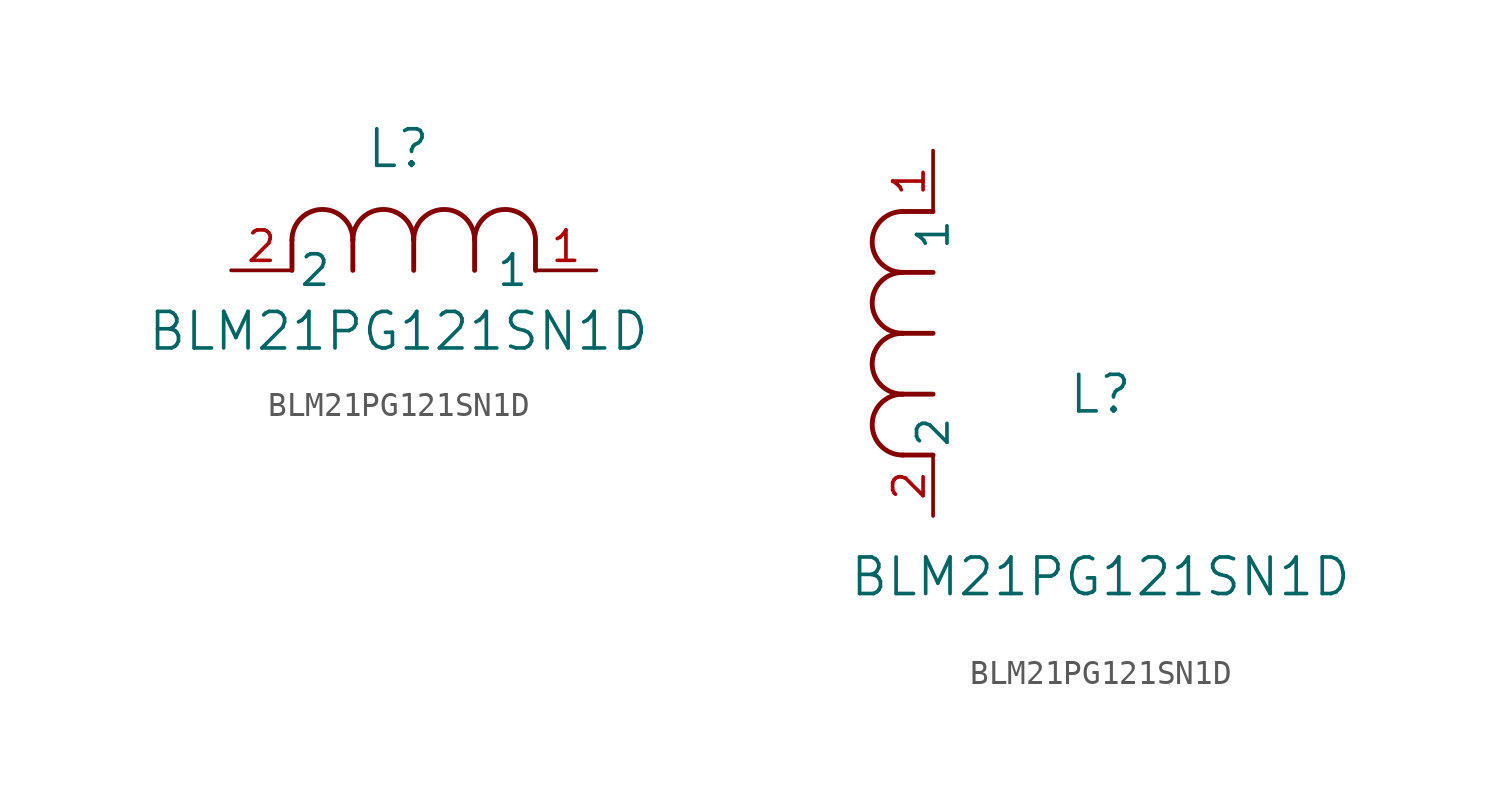
<source format=kicad_sym>
(kicad_symbol_lib
  (version 20211014)
  (generator kicad_symbol_editor)
  (symbol "BLM21PG121SN1D"
    (pin_names
      (offset 0.254))
    (property "Reference" "L"
      (at 6.985 5.08 0)
      (effects (font (size 1.524 1.524))))
    (property "Value" "BLM21PG121SN1D"
      (at 6.985 -2.54 0)
      (effects (font (size 1.524 1.524))))
    (symbol "BLM21PG121SN1D_1_1"
      (arc (start 7.62 1.27) (mid 6.35 2.54) (end 5.08 1.27) (stroke (width 0.2032) (type default) (color 0 0 0 0)) (fill (type none)))
      (polyline (pts (xy 5.08 0) (xy 5.08 1.27)) (stroke (width 0.203) (type default) (color 0 0 0 0)) (fill (type none)))
      (polyline (pts (xy 7.62 0) (xy 7.62 1.27)) (stroke (width 0.203) (type default) (color 0 0 0 0)) (fill (type none)))
      (polyline (pts (xy 12.7 0) (xy 12.7 1.27)) (stroke (width 0.203) (type default) (color 0 0 0 0)) (fill (type none)))
      (arc (start 5.08 1.27) (mid 3.81 2.54) (end 2.54 1.27) (stroke (width 0.2032) (type default) (color 0 0 0 0)) (fill (type none)))
      (arc (start 10.16 1.27) (mid 8.89 2.54) (end 7.62 1.27) (stroke (width 0.2032) (type default) (color 0 0 0 0)) (fill (type none)))
      (arc (start 12.7 1.27) (mid 11.43 2.54) (end 10.16 1.27) (stroke (width 0.2032) (type default) (color 0 0 0 0)) (fill (type none)))
      (polyline (pts (xy 2.54 0) (xy 2.54 1.27)) (stroke (width 0.203) (type default) (color 0 0 0 0)) (fill (type none)))
      (polyline (pts (xy 10.16 0) (xy 10.16 1.27)) (stroke (width 0.203) (type default) (color 0 0 0 0)) (fill (type none)))
      (pin unspecified line (at 0 0 0) (length 2.54) (name "2" (effects (font (size 1.27 1.27)))) (number "2" (effects (font (size 1.27 1.27)))))
      (pin unspecified line (at 15.24 0 180) (length 2.54) (name "1" (effects (font (size 1.27 1.27)))) (number "1" (effects (font (size 1.27 1.27))))))
    (symbol "BLM21PG121SN1D_1_2"
      (arc (start -1.27 7.62) (mid -2.54 6.35) (end -1.27 5.08) (stroke (width 0.2032) (type default) (color 0 0 0 0)) (fill (type none)))
      (arc (start -1.27 5.08) (mid -2.54 3.81) (end -1.27 2.54) (stroke (width 0.2032) (type default) (color 0 0 0 0)) (fill (type none)))
      (arc (start -1.27 12.7) (mid -2.54 11.43) (end -1.27 10.16) (stroke (width 0.2032) (type default) (color 0 0 0 0)) (fill (type none)))
      (arc (start -1.27 10.16) (mid -2.54 8.89) (end -1.27 7.62) (stroke (width 0.2032) (type default) (color 0 0 0 0)) (fill (type none)))
      (polyline (pts (xy 0 7.62) (xy -1.27 7.62)) (stroke (width 0.203) (type default) (color 0 0 0 0)) (fill (type none)))
      (polyline (pts (xy 0 5.08) (xy -1.27 5.08)) (stroke (width 0.203) (type default) (color 0 0 0 0)) (fill (type none)))
      (polyline (pts (xy 0 12.7) (xy -1.27 12.7)) (stroke (width 0.203) (type default) (color 0 0 0 0)) (fill (type none)))
      (polyline (pts (xy 0 2.54) (xy -1.27 2.54)) (stroke (width 0.203) (type default) (color 0 0 0 0)) (fill (type none)))
      (polyline (pts (xy 0 10.16) (xy -1.27 10.16)) (stroke (width 0.203) (type default) (color 0 0 0 0)) (fill (type none)))
      (pin unspecified line (at 0 0 90) (length 2.54) (name "2" (effects (font (size 1.27 1.27)))) (number "2" (effects (font (size 1.27 1.27)))))
      (pin unspecified line (at 0 15.24 270) (length 2.54) (name "1" (effects (font (size 1.27 1.27)))) (number "1" (effects (font (size 1.27 1.27))))))))
</source>
